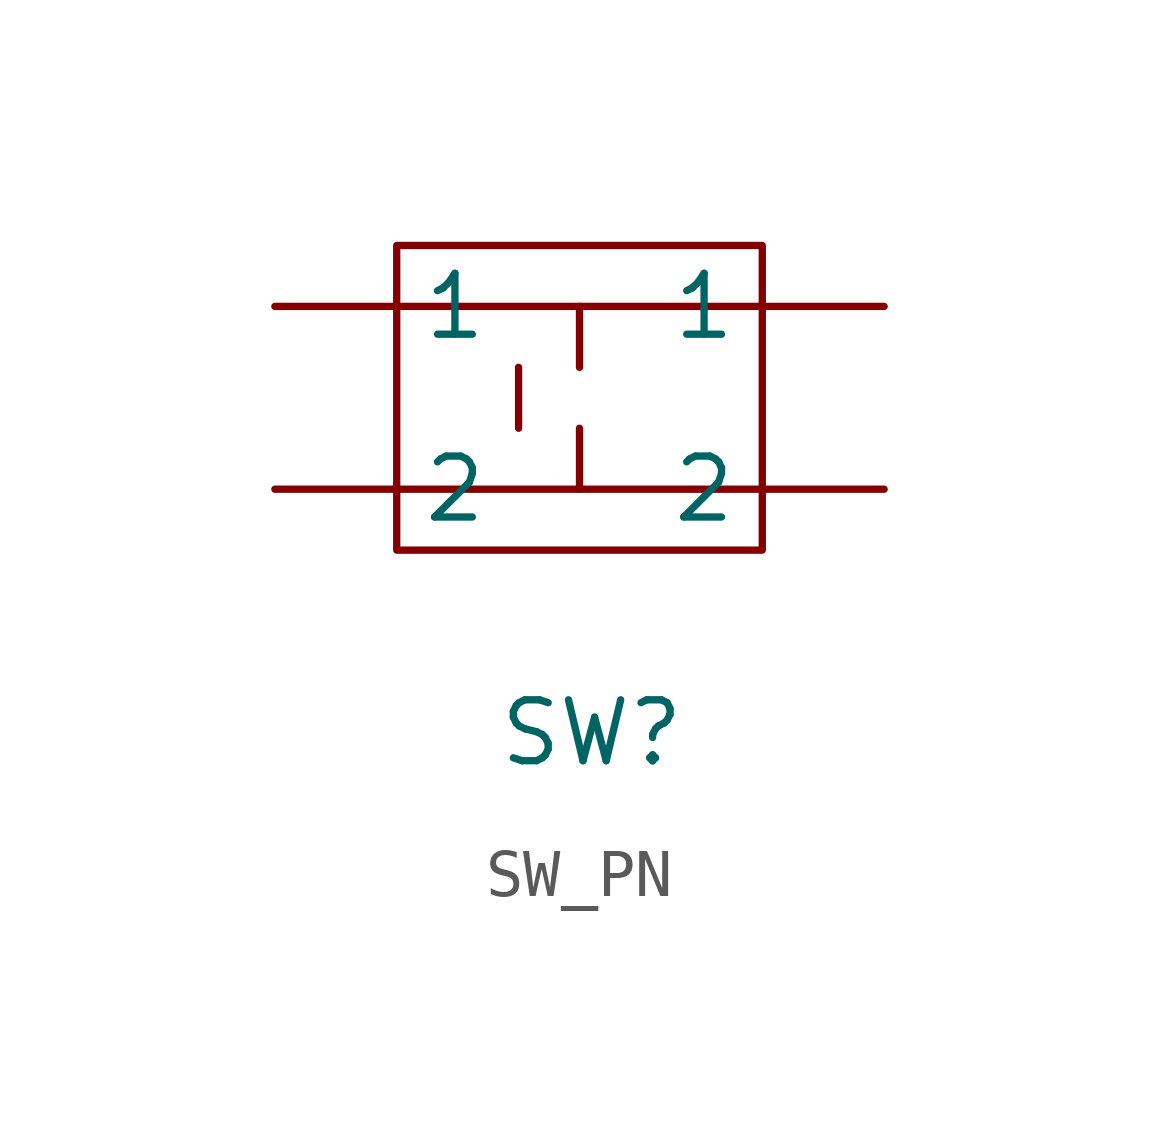
<source format=kicad_sym>
(kicad_symbol_lib
  (version 20241209)
  (generator "kicad_symbol_editor")
  (generator_version "9.0")
  (symbol "SW_PN"
    (property "Reference" "SW"
      (at 0.254 -7.62 0)
      (effects (font (size 1.27 1.27))))
    (property "Value" ""
      (at 0 0 0)
      (effects (font (size 1.27 1.27))))
    (symbol "SW_PN_0_1"
      (rectangle (start -3.81 2.54) (end 3.81 -3.81) (stroke (width 0) (type default)) (fill (type none)))
      (polyline (pts (xy -3.81 1.27) (xy -3.81 1.27)) (stroke (width 0) (type default)) (fill (type none)))
      (polyline (pts (xy -3.81 1.27) (xy 3.81 1.27)) (stroke (width 0) (type default)) (fill (type none)))
      (polyline (pts (xy -3.81 -2.54) (xy 3.81 -2.54)) (stroke (width 0) (type default)) (fill (type none)))
      (polyline (pts (xy -1.27 0) (xy -1.27 -1.27)) (stroke (width 0) (type default)) (fill (type none)))
      (polyline (pts (xy 0 1.27) (xy 0 0)) (stroke (width 0) (type default)) (fill (type none)))
      (polyline (pts (xy 0 -2.54) (xy 0 -1.27)) (stroke (width 0) (type default)) (fill (type none))))
    (symbol "SW_PN_1_1"
      (pin input line (at -6.35 1.27 0) (length 2.54) (name "1" (effects (font (size 1.27 1.27)))) (number "" (effects (font (size 1.27 1.27)))))
      (pin input line (at -6.35 -2.54 0) (length 2.54) (name "2" (effects (font (size 1.27 1.27)))) (number "" (effects (font (size 1.27 1.27)))))
      (pin input line (at 6.35 1.27 180) (length 2.54) (name "1" (effects (font (size 1.27 1.27)))) (number "" (effects (font (size 1.27 1.27)))))
      (pin input line (at 6.35 -2.54 180) (length 2.54) (name "2" (effects (font (size 1.27 1.27)))) (number "" (effects (font (size 1.27 1.27))))))))
</source>
